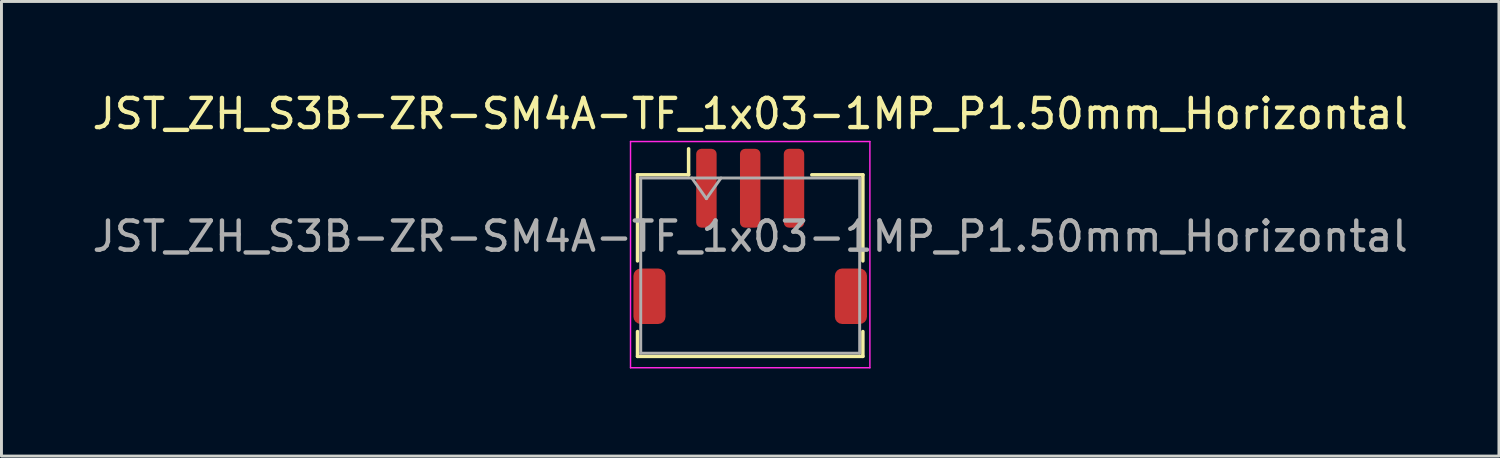
<source format=kicad_pcb>
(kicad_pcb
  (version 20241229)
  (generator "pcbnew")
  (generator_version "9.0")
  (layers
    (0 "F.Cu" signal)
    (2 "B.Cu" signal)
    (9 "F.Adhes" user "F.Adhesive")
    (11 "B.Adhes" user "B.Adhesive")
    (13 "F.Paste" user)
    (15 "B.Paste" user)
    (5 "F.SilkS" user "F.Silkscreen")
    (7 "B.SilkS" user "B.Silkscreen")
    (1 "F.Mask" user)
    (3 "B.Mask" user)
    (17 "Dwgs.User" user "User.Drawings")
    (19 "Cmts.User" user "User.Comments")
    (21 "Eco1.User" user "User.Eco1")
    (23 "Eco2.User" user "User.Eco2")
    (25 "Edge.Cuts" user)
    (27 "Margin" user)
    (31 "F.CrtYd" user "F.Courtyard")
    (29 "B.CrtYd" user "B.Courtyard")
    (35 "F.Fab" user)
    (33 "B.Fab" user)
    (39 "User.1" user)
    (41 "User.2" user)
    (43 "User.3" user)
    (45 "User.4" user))
  (footprint "JST_ZH_S3B-ZR-SM4A-TF_1x03-1MP_P1.50mm_Horizontal"
    (layer "F.Cu")
    (at 22.649 5.048)
    (property "Reference" "JST_ZH_S3B-ZR-SM4A-TF_1x03-1MP_P1.50mm_Horizontal" (at 0 -4.2 0) (layer "F.SilkS") (effects (font (size 1 1) (thickness 0.15))))
    (attr smd)
    (fp_line (start -3.86 -2.11) (end -2.11 -2.11) (stroke (width 0.12) (type solid)) (layer "F.SilkS"))
    (fp_line (start -3.86 0.84) (end -3.86 -2.11) (stroke (width 0.12) (type solid)) (layer "F.SilkS"))
    (fp_line (start -3.86 3.26) (end -3.86 4.11) (stroke (width 0.12) (type solid)) (layer "F.SilkS"))
    (fp_line (start -3.86 4.11) (end 3.86 4.11) (stroke (width 0.12) (type solid)) (layer "F.SilkS"))
    (fp_line (start -2.11 -2.11) (end -2.11 -3) (stroke (width 0.12) (type solid)) (layer "F.SilkS"))
    (fp_line (start 3.86 -2.11) (end 2.11 -2.11) (stroke (width 0.12) (type solid)) (layer "F.SilkS"))
    (fp_line (start 3.86 0.84) (end 3.86 -2.11) (stroke (width 0.12) (type solid)) (layer "F.SilkS"))
    (fp_line (start 3.86 4.11) (end 3.86 3.26) (stroke (width 0.12) (type solid)) (layer "F.SilkS"))
    (fp_line (start -4.1 -3.25) (end -4.1 4.5) (stroke (width 0.05) (type solid)) (layer "F.CrtYd"))
    (fp_line (start -4.1 4.5) (end 4.1 4.5) (stroke (width 0.05) (type solid)) (layer "F.CrtYd"))
    (fp_line (start 4.1 -3.25) (end -4.1 -3.25) (stroke (width 0.05) (type solid)) (layer "F.CrtYd"))
    (fp_line (start 4.1 4.5) (end 4.1 -3.25) (stroke (width 0.05) (type solid)) (layer "F.CrtYd"))
    (fp_line (start -3.75 -2) (end -3.75 4) (stroke (width 0.1) (type solid)) (layer "F.Fab"))
    (fp_line (start -3.75 -2) (end 3.75 -2) (stroke (width 0.1) (type solid)) (layer "F.Fab"))
    (fp_line (start -3.75 4) (end 3.75 4) (stroke (width 0.1) (type solid)) (layer "F.Fab"))
    (fp_line (start -2 -2) (end -1.5 -1.293) (stroke (width 0.1) (type solid)) (layer "F.Fab"))
    (fp_line (start -1.5 -1.293) (end -1 -2) (stroke (width 0.1) (type solid)) (layer "F.Fab"))
    (fp_line (start 3.75 -2) (end 3.75 4) (stroke (width 0.1) (type solid)) (layer "F.Fab"))
    (fp_text user "${REFERENCE}" (at 0 0 0) (layer "F.Fab") (effects (font (size 1 1) (thickness 0.15))))
    (pad "1" smd roundrect (at -1.5 -1.65) (size 0.7 2.7) (layers "F.Cu" "F.Mask" "F.Paste") (roundrect_rratio 0.25))
    (pad "2" smd roundrect (at 0 -1.65) (size 0.7 2.7) (layers "F.Cu" "F.Mask" "F.Paste") (roundrect_rratio 0.25))
    (pad "3" smd roundrect (at 1.5 -1.65) (size 0.7 2.7) (layers "F.Cu" "F.Mask" "F.Paste") (roundrect_rratio 0.25))
    (pad "MP" smd roundrect (at -3.45 2.05) (size 1.1 1.9) (layers "F.Cu" "F.Mask" "F.Paste") (roundrect_rratio 0.227))
    (pad "MP" smd roundrect (at 3.45 2.05) (size 1.1 1.9) (layers "F.Cu" "F.Mask" "F.Paste") (roundrect_rratio 0.227)))
  (gr_rect
    (start -3 -3)
    (end 48.298 12.573)
    (stroke (width 0.1) (type default))
    (fill no)
    (layer "Edge.Cuts")))
</source>
